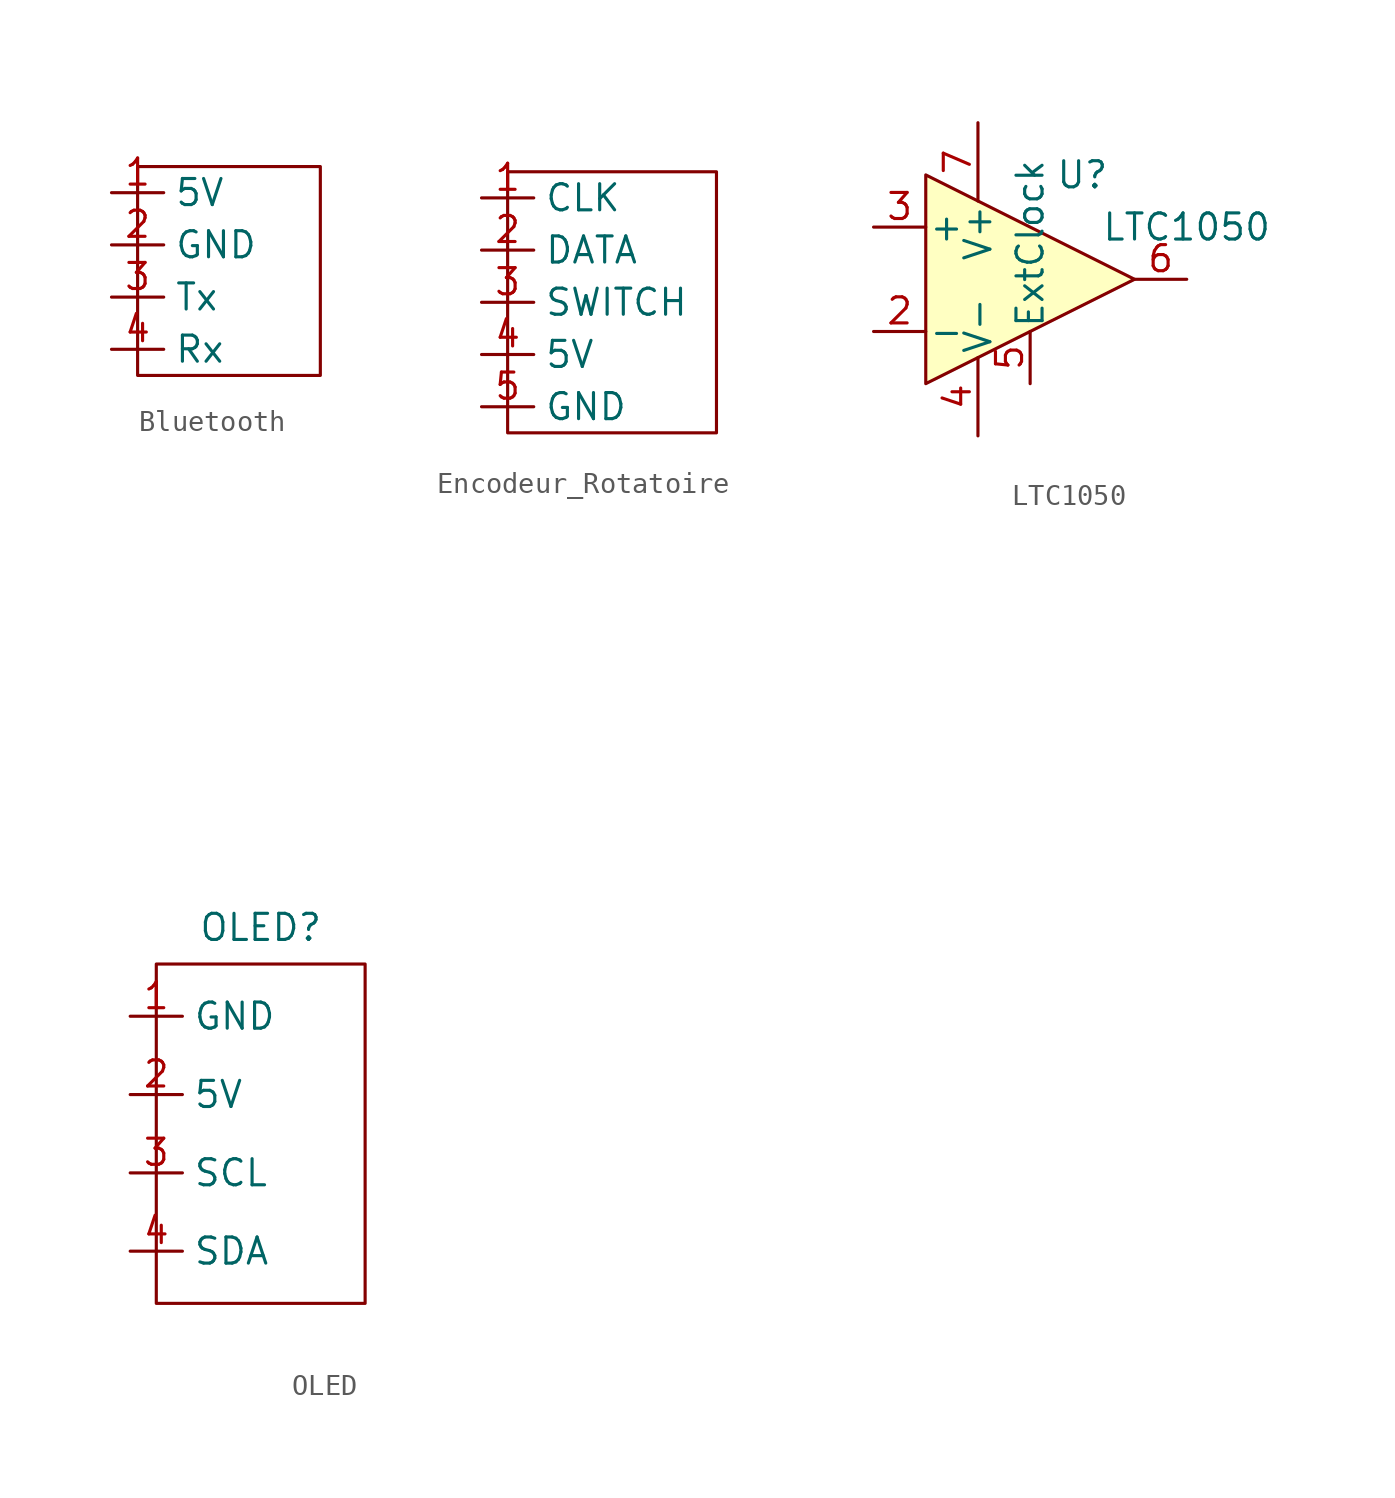
<source format=kicad_sym>
(kicad_symbol_lib
  (version 20241209)
  (generator "kicad_symbol_editor")
  (generator_version "9.0")
  (symbol "Bluetooth"
    (property "Reference" "U"
      (at 0 0 0)
      (effects (font (size 1.27 1.27)) (hide yes)))
    (property "Value" ""
      (at 0 0 0)
      (effects (font (size 1.27 1.27))))
    (symbol "Bluetooth_0_1"
      (rectangle (start -2.54 -2.54) (end 6.35 -12.7) (stroke (width 0) (type default)) (fill (type none))))
    (symbol "Bluetooth_1_1"
      (pin input line (at -3.81 -3.81 0) (length 2.54) (name "5V" (effects (font (size 1.27 1.27)))) (number "1" (effects (font (size 1.27 1.27)))))
      (pin input line (at -3.81 -6.35 0) (length 2.54) (name "GND" (effects (font (size 1.27 1.27)))) (number "2" (effects (font (size 1.27 1.27)))))
      (pin output line (at -3.81 -8.89 0) (length 2.54) (name "Tx" (effects (font (size 1.27 1.27)))) (number "3" (effects (font (size 1.27 1.27)))))
      (pin output line (at -3.81 -11.43 0) (length 2.54) (name "Rx" (effects (font (size 1.27 1.27)))) (number "4" (effects (font (size 1.27 1.27)))))))
  (symbol "Encodeur_Rotatoire"
    (property "Reference" "U"
      (at 1.27 0 0)
      (effects (font (size 1.27 1.27)) (hide yes)))
    (property "Value" ""
      (at 0 0 0)
      (effects (font (size 1.27 1.27))))
    (property "ki_locked" ""
      (at 0 0 0)
      (effects (font (size 1.27 1.27))))
    (symbol "Encodeur_Rotatoire_1_0"
      (pin input line (at 1.27 -8.89 0) (length 2.54) (name "SWITCH" (effects (font (size 1.27 1.27)))) (number "3" (effects (font (size 1.27 1.27)))))
      (pin input line (at 1.27 -11.43 0) (length 2.54) (name "5V" (effects (font (size 1.27 1.27)))) (number "4" (effects (font (size 1.27 1.27)))))
      (pin input line (at 1.27 -13.97 0) (length 2.54) (name "GND" (effects (font (size 1.27 1.27)))) (number "5" (effects (font (size 1.27 1.27))))))
    (symbol "Encodeur_Rotatoire_1_1"
      (rectangle (start 2.54 -2.54) (end 12.7 -15.24) (stroke (width 0) (type default)) (fill (type none)))
      (pin input line (at 1.27 -3.81 0) (length 2.54) (name "CLK" (effects (font (size 1.27 1.27)))) (number "1" (effects (font (size 1.27 1.27)))))
      (pin output line (at 1.27 -6.35 0) (length 2.54) (name "DATA" (effects (font (size 1.27 1.27)))) (number "2" (effects (font (size 1.27 1.27)))))))
  (symbol "LTC1050"
    (pin_names
      (offset 0.127))
    (property "Reference" "U"
      (at 2.54 5.08 0)
      (effects (font (size 1.27 1.27))))
    (property "Value" "LTC1050"
      (at 7.62 2.54 0)
      (effects (font (size 1.27 1.27))))
    (symbol "LTC1050_0_1"
      (polyline (pts (xy -5.08 5.08) (xy -5.08 -5.08) (xy 5.08 0) (xy -5.08 5.08)) (stroke (width 0) (type default)) (fill (type background))))
    (symbol "LTC1050_1_1"
      (pin input line (at -7.62 2.54 0) (length 2.54) (name "+" (effects (font (size 1.27 1.27)))) (number "3" (effects (font (size 1.27 1.27)))))
      (pin input line (at -7.62 -2.54 0) (length 2.54) (name "-" (effects (font (size 1.27 1.27)))) (number "2" (effects (font (size 1.27 1.27)))))
      (pin no_connect line (at -5.08 0 0) (length 3.81) (hide yes) (name "NC" (effects (font (size 1.27 1.27)))) (number "1" (effects (font (size 1.27 1.27)))))
      (pin power_in line (at -2.54 7.62 270) (length 3.81) (name "V+" (effects (font (size 1.27 1.27)))) (number "7" (effects (font (size 1.27 1.27)))))
      (pin power_in line (at -2.54 -7.62 90) (length 3.81) (name "V-" (effects (font (size 1.27 1.27)))) (number "4" (effects (font (size 1.27 1.27)))))
      (pin no_connect line (at 0 2.54 270) (length 3.81) (hide yes) (name "NC" (effects (font (size 1.27 1.27)))) (number "8" (effects (font (size 1.27 1.27)))))
      (pin input line (at 0 -5.08 90) (length 2.54) (name "ExtClock" (effects (font (size 1.27 1.27)))) (number "5" (effects (font (size 1.27 1.27)))))
      (pin output line (at 7.62 0 180) (length 2.54) (name "~" (effects (font (size 1.27 1.27)))) (number "6" (effects (font (size 1.27 1.27)))))))
  (symbol "OLED"
    (property "Reference" "OLED"
      (at -12.7 -12.192 0)
      (effects (font (size 1.27 1.27))))
    (property "Value" ""
      (at 0 0 0)
      (effects (font (size 1.27 1.27))))
    (symbol "OLED_0_1"
      (rectangle (start -17.78 -13.97) (end -7.62 -30.48) (stroke (width 0) (type default)) (fill (type none))))
    (symbol "OLED_1_1"
      (pin input line (at -19.05 -16.51 0) (length 2.54) (name "GND" (effects (font (size 1.27 1.27)))) (number "1" (effects (font (size 1.27 1.27)))))
      (pin input line (at -19.05 -20.32 0) (length 2.54) (name "5V" (effects (font (size 1.27 1.27)))) (number "2" (effects (font (size 1.27 1.27)))))
      (pin output line (at -19.05 -24.13 0) (length 2.54) (name "SCL" (effects (font (size 1.27 1.27)))) (number "3" (effects (font (size 1.27 1.27)))))
      (pin output line (at -19.05 -27.94 0) (length 2.54) (name "SDA" (effects (font (size 1.27 1.27)))) (number "4" (effects (font (size 1.27 1.27))))))))
</source>
